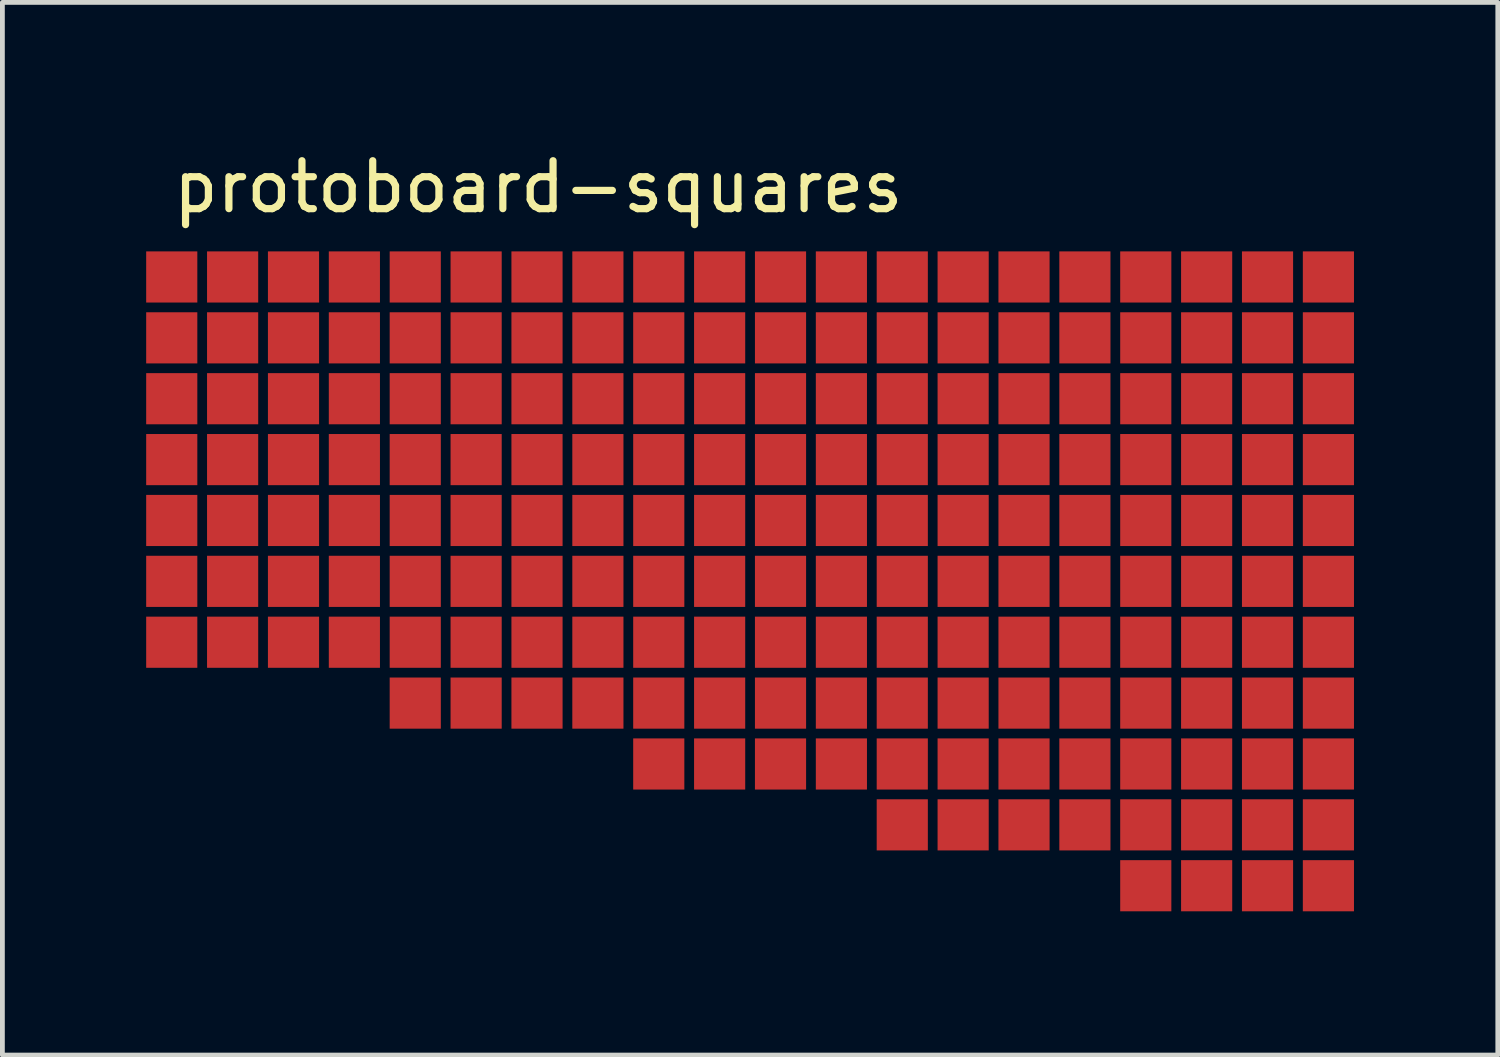
<source format=kicad_pcb>
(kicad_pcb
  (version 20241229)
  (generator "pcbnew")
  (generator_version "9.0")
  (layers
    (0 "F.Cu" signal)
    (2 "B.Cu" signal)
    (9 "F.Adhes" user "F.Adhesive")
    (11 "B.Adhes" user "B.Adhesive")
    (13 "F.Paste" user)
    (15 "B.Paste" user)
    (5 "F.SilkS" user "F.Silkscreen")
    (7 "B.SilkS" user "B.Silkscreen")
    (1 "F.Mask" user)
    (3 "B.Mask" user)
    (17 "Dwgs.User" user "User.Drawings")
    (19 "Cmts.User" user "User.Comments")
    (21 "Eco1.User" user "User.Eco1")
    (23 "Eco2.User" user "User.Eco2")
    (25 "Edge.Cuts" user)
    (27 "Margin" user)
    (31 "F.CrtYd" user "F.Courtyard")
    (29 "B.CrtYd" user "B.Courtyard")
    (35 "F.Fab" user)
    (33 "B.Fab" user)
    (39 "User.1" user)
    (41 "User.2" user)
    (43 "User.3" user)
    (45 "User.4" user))
  (footprint "protoboard-squares"
    (layer "F.Cu")
    (at 5.613 2.728)
    (property "Reference" "protoboard-squares" (at 2.565 -1.88 180) (layer "F.SilkS") (effects (font (size 1 1) (thickness 0.15))))
    (attr smd)
    (pad "1" smd rect (at -5.08 0) (size 1.067 1.067) (layers "F.Cu" "F.Mask"))
    (pad "2" smd rect (at -3.81 0) (size 1.067 1.067) (layers "F.Cu" "F.Mask"))
    (pad "3" smd rect (at -2.54 0) (size 1.067 1.067) (layers "F.Cu" "F.Mask"))
    (pad "4" smd rect (at -1.27 0) (size 1.067 1.067) (layers "F.Cu" "F.Mask"))
    (pad "5" smd rect (at 0 0) (size 1.067 1.067) (layers "F.Cu" "F.Mask"))
    (pad "6" smd rect (at 1.27 0) (size 1.067 1.067) (layers "F.Cu" "F.Mask"))
    (pad "7" smd rect (at 2.54 0) (size 1.067 1.067) (layers "F.Cu" "F.Mask"))
    (pad "8" smd rect (at 3.81 0) (size 1.067 1.067) (layers "F.Cu" "F.Mask"))
    (pad "9" smd rect (at 5.08 0) (size 1.067 1.067) (layers "F.Cu" "F.Mask"))
    (pad "10" smd rect (at 6.35 0) (size 1.067 1.067) (layers "F.Cu" "F.Mask"))
    (pad "11" smd rect (at 7.62 0) (size 1.067 1.067) (layers "F.Cu" "F.Mask"))
    (pad "12" smd rect (at 8.89 0) (size 1.067 1.067) (layers "F.Cu" "F.Mask"))
    (pad "13" smd rect (at 10.16 0) (size 1.067 1.067) (layers "F.Cu" "F.Mask"))
    (pad "14" smd rect (at 11.43 0) (size 1.067 1.067) (layers "F.Cu" "F.Mask"))
    (pad "15" smd rect (at 12.7 0) (size 1.067 1.067) (layers "F.Cu" "F.Mask"))
    (pad "16" smd rect (at 13.97 0) (size 1.067 1.067) (layers "F.Cu" "F.Mask"))
    (pad "17" smd rect (at 15.24 0) (size 1.067 1.067) (layers "F.Cu" "F.Mask"))
    (pad "18" smd rect (at 16.51 0) (size 1.067 1.067) (layers "F.Cu" "F.Mask"))
    (pad "19" smd rect (at 17.78 0) (size 1.067 1.067) (layers "F.Cu" "F.Mask"))
    (pad "20" smd rect (at 19.05 0) (size 1.067 1.067) (layers "F.Cu" "F.Mask"))
    (pad "21" smd rect (at -5.08 1.27) (size 1.067 1.067) (layers "F.Cu" "F.Mask"))
    (pad "22" smd rect (at -3.81 1.27) (size 1.067 1.067) (layers "F.Cu" "F.Mask"))
    (pad "23" smd rect (at -2.54 1.27) (size 1.067 1.067) (layers "F.Cu" "F.Mask"))
    (pad "24" smd rect (at -1.27 1.27) (size 1.067 1.067) (layers "F.Cu" "F.Mask"))
    (pad "25" smd rect (at 0 1.27) (size 1.067 1.067) (layers "F.Cu" "F.Mask"))
    (pad "26" smd rect (at 1.27 1.27) (size 1.067 1.067) (layers "F.Cu" "F.Mask"))
    (pad "27" smd rect (at 2.54 1.27) (size 1.067 1.067) (layers "F.Cu" "F.Mask"))
    (pad "28" smd rect (at 3.81 1.27) (size 1.067 1.067) (layers "F.Cu" "F.Mask"))
    (pad "29" smd rect (at 5.08 1.27) (size 1.067 1.067) (layers "F.Cu" "F.Mask"))
    (pad "30" smd rect (at 6.35 1.27) (size 1.067 1.067) (layers "F.Cu" "F.Mask"))
    (pad "31" smd rect (at 7.62 1.27) (size 1.067 1.067) (layers "F.Cu" "F.Mask"))
    (pad "32" smd rect (at 8.89 1.27) (size 1.067 1.067) (layers "F.Cu" "F.Mask"))
    (pad "33" smd rect (at 10.16 1.27) (size 1.067 1.067) (layers "F.Cu" "F.Mask"))
    (pad "34" smd rect (at 11.43 1.27) (size 1.067 1.067) (layers "F.Cu" "F.Mask"))
    (pad "35" smd rect (at 12.7 1.27) (size 1.067 1.067) (layers "F.Cu" "F.Mask"))
    (pad "36" smd rect (at 13.97 1.27) (size 1.067 1.067) (layers "F.Cu" "F.Mask"))
    (pad "37" smd rect (at 15.24 1.27) (size 1.067 1.067) (layers "F.Cu" "F.Mask"))
    (pad "38" smd rect (at 16.51 1.27) (size 1.067 1.067) (layers "F.Cu" "F.Mask"))
    (pad "39" smd rect (at 17.78 1.27) (size 1.067 1.067) (layers "F.Cu" "F.Mask"))
    (pad "40" smd rect (at 19.05 1.27) (size 1.067 1.067) (layers "F.Cu" "F.Mask"))
    (pad "41" smd rect (at -5.08 2.54) (size 1.067 1.067) (layers "F.Cu" "F.Mask"))
    (pad "42" smd rect (at -3.81 2.54) (size 1.067 1.067) (layers "F.Cu" "F.Mask"))
    (pad "43" smd rect (at -2.54 2.54) (size 1.067 1.067) (layers "F.Cu" "F.Mask"))
    (pad "44" smd rect (at -1.27 2.54) (size 1.067 1.067) (layers "F.Cu" "F.Mask"))
    (pad "45" smd rect (at 0 2.54) (size 1.067 1.067) (layers "F.Cu" "F.Mask"))
    (pad "46" smd rect (at 1.27 2.54) (size 1.067 1.067) (layers "F.Cu" "F.Mask"))
    (pad "47" smd rect (at 2.54 2.54) (size 1.067 1.067) (layers "F.Cu" "F.Mask"))
    (pad "48" smd rect (at 3.81 2.54) (size 1.067 1.067) (layers "F.Cu" "F.Mask"))
    (pad "49" smd rect (at 5.08 2.54) (size 1.067 1.067) (layers "F.Cu" "F.Mask"))
    (pad "50" smd rect (at 6.35 2.54) (size 1.067 1.067) (layers "F.Cu" "F.Mask"))
    (pad "51" smd rect (at 7.62 2.54) (size 1.067 1.067) (layers "F.Cu" "F.Mask"))
    (pad "52" smd rect (at 8.89 2.54) (size 1.067 1.067) (layers "F.Cu" "F.Mask"))
    (pad "53" smd rect (at 10.16 2.54) (size 1.067 1.067) (layers "F.Cu" "F.Mask"))
    (pad "54" smd rect (at 11.43 2.54) (size 1.067 1.067) (layers "F.Cu" "F.Mask"))
    (pad "55" smd rect (at 12.7 2.54) (size 1.067 1.067) (layers "F.Cu" "F.Mask"))
    (pad "56" smd rect (at 13.97 2.54) (size 1.067 1.067) (layers "F.Cu" "F.Mask"))
    (pad "57" smd rect (at 15.24 2.54) (size 1.067 1.067) (layers "F.Cu" "F.Mask"))
    (pad "58" smd rect (at 16.51 2.54) (size 1.067 1.067) (layers "F.Cu" "F.Mask"))
    (pad "59" smd rect (at 17.78 2.54) (size 1.067 1.067) (layers "F.Cu" "F.Mask"))
    (pad "60" smd rect (at 19.05 2.54) (size 1.067 1.067) (layers "F.Cu" "F.Mask"))
    (pad "61" smd rect (at -5.08 3.81) (size 1.067 1.067) (layers "F.Cu" "F.Mask"))
    (pad "62" smd rect (at -3.81 3.81) (size 1.067 1.067) (layers "F.Cu" "F.Mask"))
    (pad "63" smd rect (at -2.54 3.81) (size 1.067 1.067) (layers "F.Cu" "F.Mask"))
    (pad "64" smd rect (at -1.27 3.81) (size 1.067 1.067) (layers "F.Cu" "F.Mask"))
    (pad "65" smd rect (at 0 3.81) (size 1.067 1.067) (layers "F.Cu" "F.Mask"))
    (pad "66" smd rect (at 1.27 3.81) (size 1.067 1.067) (layers "F.Cu" "F.Mask"))
    (pad "67" smd rect (at 2.54 3.81) (size 1.067 1.067) (layers "F.Cu" "F.Mask"))
    (pad "68" smd rect (at 3.81 3.81) (size 1.067 1.067) (layers "F.Cu" "F.Mask"))
    (pad "69" smd rect (at 5.08 3.81) (size 1.067 1.067) (layers "F.Cu" "F.Mask"))
    (pad "70" smd rect (at 6.35 3.81) (size 1.067 1.067) (layers "F.Cu" "F.Mask"))
    (pad "71" smd rect (at 7.62 3.81) (size 1.067 1.067) (layers "F.Cu" "F.Mask"))
    (pad "72" smd rect (at 8.89 3.81) (size 1.067 1.067) (layers "F.Cu" "F.Mask"))
    (pad "73" smd rect (at 10.16 3.81) (size 1.067 1.067) (layers "F.Cu" "F.Mask"))
    (pad "74" smd rect (at 11.43 3.81) (size 1.067 1.067) (layers "F.Cu" "F.Mask"))
    (pad "75" smd rect (at 12.7 3.81) (size 1.067 1.067) (layers "F.Cu" "F.Mask"))
    (pad "76" smd rect (at 13.97 3.81) (size 1.067 1.067) (layers "F.Cu" "F.Mask"))
    (pad "77" smd rect (at 15.24 3.81) (size 1.067 1.067) (layers "F.Cu" "F.Mask"))
    (pad "78" smd rect (at 16.51 3.81) (size 1.067 1.067) (layers "F.Cu" "F.Mask"))
    (pad "79" smd rect (at 17.78 3.81) (size 1.067 1.067) (layers "F.Cu" "F.Mask"))
    (pad "80" smd rect (at 19.05 3.81) (size 1.067 1.067) (layers "F.Cu" "F.Mask"))
    (pad "81" smd rect (at -5.08 5.08) (size 1.067 1.067) (layers "F.Cu" "F.Mask"))
    (pad "82" smd rect (at -3.81 5.08) (size 1.067 1.067) (layers "F.Cu" "F.Mask"))
    (pad "83" smd rect (at -2.54 5.08) (size 1.067 1.067) (layers "F.Cu" "F.Mask"))
    (pad "84" smd rect (at -1.27 5.08) (size 1.067 1.067) (layers "F.Cu" "F.Mask"))
    (pad "85" smd rect (at 0 5.08) (size 1.067 1.067) (layers "F.Cu" "F.Mask"))
    (pad "86" smd rect (at 1.27 5.08) (size 1.067 1.067) (layers "F.Cu" "F.Mask"))
    (pad "87" smd rect (at 2.54 5.08) (size 1.067 1.067) (layers "F.Cu" "F.Mask"))
    (pad "88" smd rect (at 3.81 5.08) (size 1.067 1.067) (layers "F.Cu" "F.Mask"))
    (pad "89" smd rect (at 5.08 5.08) (size 1.067 1.067) (layers "F.Cu" "F.Mask"))
    (pad "90" smd rect (at 6.35 5.08) (size 1.067 1.067) (layers "F.Cu" "F.Mask"))
    (pad "91" smd rect (at 7.62 5.08) (size 1.067 1.067) (layers "F.Cu" "F.Mask"))
    (pad "92" smd rect (at 8.89 5.08) (size 1.067 1.067) (layers "F.Cu" "F.Mask"))
    (pad "93" smd rect (at 10.16 5.08) (size 1.067 1.067) (layers "F.Cu" "F.Mask"))
    (pad "94" smd rect (at 11.43 5.08) (size 1.067 1.067) (layers "F.Cu" "F.Mask"))
    (pad "95" smd rect (at 12.7 5.08) (size 1.067 1.067) (layers "F.Cu" "F.Mask"))
    (pad "96" smd rect (at 13.97 5.08) (size 1.067 1.067) (layers "F.Cu" "F.Mask"))
    (pad "97" smd rect (at 15.24 5.08) (size 1.067 1.067) (layers "F.Cu" "F.Mask"))
    (pad "98" smd rect (at 16.51 5.08) (size 1.067 1.067) (layers "F.Cu" "F.Mask"))
    (pad "99" smd rect (at 17.78 5.08) (size 1.067 1.067) (layers "F.Cu" "F.Mask"))
    (pad "100" smd rect (at 19.05 5.08) (size 1.067 1.067) (layers "F.Cu" "F.Mask"))
    (pad "101" smd rect (at -5.08 6.35) (size 1.067 1.067) (layers "F.Cu" "F.Mask"))
    (pad "102" smd rect (at -3.81 6.35) (size 1.067 1.067) (layers "F.Cu" "F.Mask"))
    (pad "103" smd rect (at -2.54 6.35) (size 1.067 1.067) (layers "F.Cu" "F.Mask"))
    (pad "104" smd rect (at -1.27 6.35) (size 1.067 1.067) (layers "F.Cu" "F.Mask"))
    (pad "105" smd rect (at 0 6.35) (size 1.067 1.067) (layers "F.Cu" "F.Mask"))
    (pad "106" smd rect (at 1.27 6.35) (size 1.067 1.067) (layers "F.Cu" "F.Mask"))
    (pad "107" smd rect (at 2.54 6.35) (size 1.067 1.067) (layers "F.Cu" "F.Mask"))
    (pad "108" smd rect (at 3.81 6.35) (size 1.067 1.067) (layers "F.Cu" "F.Mask"))
    (pad "109" smd rect (at 5.08 6.35) (size 1.067 1.067) (layers "F.Cu" "F.Mask"))
    (pad "110" smd rect (at 6.35 6.35) (size 1.067 1.067) (layers "F.Cu" "F.Mask"))
    (pad "111" smd rect (at 7.62 6.35) (size 1.067 1.067) (layers "F.Cu" "F.Mask"))
    (pad "112" smd rect (at 8.89 6.35) (size 1.067 1.067) (layers "F.Cu" "F.Mask"))
    (pad "113" smd rect (at 10.16 6.35) (size 1.067 1.067) (layers "F.Cu" "F.Mask"))
    (pad "114" smd rect (at 11.43 6.35) (size 1.067 1.067) (layers "F.Cu" "F.Mask"))
    (pad "115" smd rect (at 12.7 6.35) (size 1.067 1.067) (layers "F.Cu" "F.Mask"))
    (pad "116" smd rect (at 13.97 6.35) (size 1.067 1.067) (layers "F.Cu" "F.Mask"))
    (pad "117" smd rect (at 15.24 6.35) (size 1.067 1.067) (layers "F.Cu" "F.Mask"))
    (pad "118" smd rect (at 16.51 6.35) (size 1.067 1.067) (layers "F.Cu" "F.Mask"))
    (pad "119" smd rect (at 17.78 6.35) (size 1.067 1.067) (layers "F.Cu" "F.Mask"))
    (pad "120" smd rect (at 19.05 6.35) (size 1.067 1.067) (layers "F.Cu" "F.Mask"))
    (pad "121" smd rect (at -5.08 7.62) (size 1.067 1.067) (layers "F.Cu" "F.Mask"))
    (pad "122" smd rect (at -3.81 7.62) (size 1.067 1.067) (layers "F.Cu" "F.Mask"))
    (pad "123" smd rect (at -2.54 7.62) (size 1.067 1.067) (layers "F.Cu" "F.Mask"))
    (pad "124" smd rect (at -1.27 7.62) (size 1.067 1.067) (layers "F.Cu" "F.Mask"))
    (pad "125" smd rect (at 0 7.62) (size 1.067 1.067) (layers "F.Cu" "F.Mask"))
    (pad "126" smd rect (at 1.27 7.62) (size 1.067 1.067) (layers "F.Cu" "F.Mask"))
    (pad "127" smd rect (at 2.54 7.62) (size 1.067 1.067) (layers "F.Cu" "F.Mask"))
    (pad "128" smd rect (at 3.81 7.62) (size 1.067 1.067) (layers "F.Cu" "F.Mask"))
    (pad "129" smd rect (at 5.08 7.62) (size 1.067 1.067) (layers "F.Cu" "F.Mask"))
    (pad "130" smd rect (at 6.35 7.62) (size 1.067 1.067) (layers "F.Cu" "F.Mask"))
    (pad "131" smd rect (at 7.62 7.62) (size 1.067 1.067) (layers "F.Cu" "F.Mask"))
    (pad "132" smd rect (at 8.89 7.62) (size 1.067 1.067) (layers "F.Cu" "F.Mask"))
    (pad "133" smd rect (at 10.16 7.62) (size 1.067 1.067) (layers "F.Cu" "F.Mask"))
    (pad "134" smd rect (at 11.43 7.62) (size 1.067 1.067) (layers "F.Cu" "F.Mask"))
    (pad "135" smd rect (at 12.7 7.62) (size 1.067 1.067) (layers "F.Cu" "F.Mask"))
    (pad "136" smd rect (at 13.97 7.62) (size 1.067 1.067) (layers "F.Cu" "F.Mask"))
    (pad "137" smd rect (at 15.24 7.62) (size 1.067 1.067) (layers "F.Cu" "F.Mask"))
    (pad "138" smd rect (at 16.51 7.62) (size 1.067 1.067) (layers "F.Cu" "F.Mask"))
    (pad "139" smd rect (at 17.78 7.62) (size 1.067 1.067) (layers "F.Cu" "F.Mask"))
    (pad "140" smd rect (at 19.05 7.62) (size 1.067 1.067) (layers "F.Cu" "F.Mask"))
    (pad "141" smd rect (at 0 8.89) (size 1.067 1.067) (layers "F.Cu" "F.Mask"))
    (pad "142" smd rect (at 1.27 8.89) (size 1.067 1.067) (layers "F.Cu" "F.Mask"))
    (pad "143" smd rect (at 2.54 8.89) (size 1.067 1.067) (layers "F.Cu" "F.Mask"))
    (pad "144" smd rect (at 3.81 8.89) (size 1.067 1.067) (layers "F.Cu" "F.Mask"))
    (pad "145" smd rect (at 5.08 8.89) (size 1.067 1.067) (layers "F.Cu" "F.Mask"))
    (pad "146" smd rect (at 6.35 8.89) (size 1.067 1.067) (layers "F.Cu" "F.Mask"))
    (pad "147" smd rect (at 7.62 8.89) (size 1.067 1.067) (layers "F.Cu" "F.Mask"))
    (pad "148" smd rect (at 8.89 8.89) (size 1.067 1.067) (layers "F.Cu" "F.Mask"))
    (pad "149" smd rect (at 10.16 8.89) (size 1.067 1.067) (layers "F.Cu" "F.Mask"))
    (pad "150" smd rect (at 11.43 8.89) (size 1.067 1.067) (layers "F.Cu" "F.Mask"))
    (pad "151" smd rect (at 12.7 8.89) (size 1.067 1.067) (layers "F.Cu" "F.Mask"))
    (pad "152" smd rect (at 13.97 8.89) (size 1.067 1.067) (layers "F.Cu" "F.Mask"))
    (pad "153" smd rect (at 15.24 8.89) (size 1.067 1.067) (layers "F.Cu" "F.Mask"))
    (pad "154" smd rect (at 16.51 8.89) (size 1.067 1.067) (layers "F.Cu" "F.Mask"))
    (pad "155" smd rect (at 17.78 8.89) (size 1.067 1.067) (layers "F.Cu" "F.Mask"))
    (pad "156" smd rect (at 19.05 8.89) (size 1.067 1.067) (layers "F.Cu" "F.Mask"))
    (pad "157" smd rect (at 5.08 10.16) (size 1.067 1.067) (layers "F.Cu" "F.Mask"))
    (pad "158" smd rect (at 6.35 10.16) (size 1.067 1.067) (layers "F.Cu" "F.Mask"))
    (pad "159" smd rect (at 7.62 10.16) (size 1.067 1.067) (layers "F.Cu" "F.Mask"))
    (pad "160" smd rect (at 8.89 10.16) (size 1.067 1.067) (layers "F.Cu" "F.Mask"))
    (pad "161" smd rect (at 10.16 10.16) (size 1.067 1.067) (layers "F.Cu" "F.Mask"))
    (pad "162" smd rect (at 11.43 10.16) (size 1.067 1.067) (layers "F.Cu" "F.Mask"))
    (pad "163" smd rect (at 12.7 10.16) (size 1.067 1.067) (layers "F.Cu" "F.Mask"))
    (pad "164" smd rect (at 13.97 10.16) (size 1.067 1.067) (layers "F.Cu" "F.Mask"))
    (pad "165" smd rect (at 15.24 10.16) (size 1.067 1.067) (layers "F.Cu" "F.Mask"))
    (pad "166" smd rect (at 16.51 10.16) (size 1.067 1.067) (layers "F.Cu" "F.Mask"))
    (pad "167" smd rect (at 17.78 10.16) (size 1.067 1.067) (layers "F.Cu" "F.Mask"))
    (pad "168" smd rect (at 19.05 10.16) (size 1.067 1.067) (layers "F.Cu" "F.Mask"))
    (pad "169" smd rect (at 10.16 11.43) (size 1.067 1.067) (layers "F.Cu" "F.Mask"))
    (pad "170" smd rect (at 11.43 11.43) (size 1.067 1.067) (layers "F.Cu" "F.Mask"))
    (pad "171" smd rect (at 12.7 11.43) (size 1.067 1.067) (layers "F.Cu" "F.Mask"))
    (pad "172" smd rect (at 13.97 11.43) (size 1.067 1.067) (layers "F.Cu" "F.Mask"))
    (pad "173" smd rect (at 15.24 11.43) (size 1.067 1.067) (layers "F.Cu" "F.Mask"))
    (pad "174" smd rect (at 16.51 11.43) (size 1.067 1.067) (layers "F.Cu" "F.Mask"))
    (pad "175" smd rect (at 17.78 11.43) (size 1.067 1.067) (layers "F.Cu" "F.Mask"))
    (pad "176" smd rect (at 19.05 11.43) (size 1.067 1.067) (layers "F.Cu" "F.Mask"))
    (pad "177" smd rect (at 15.24 12.7) (size 1.067 1.067) (layers "F.Cu" "F.Mask"))
    (pad "178" smd rect (at 16.51 12.7) (size 1.067 1.067) (layers "F.Cu" "F.Mask"))
    (pad "179" smd rect (at 17.78 12.7) (size 1.067 1.067) (layers "F.Cu" "F.Mask"))
    (pad "180" smd rect (at 19.05 12.7) (size 1.067 1.067) (layers "F.Cu" "F.Mask")))
  (gr_rect
    (start -3 -3)
    (end 28.197 18.961)
    (stroke (width 0.1) (type default))
    (fill no)
    (layer "Edge.Cuts")))
</source>
